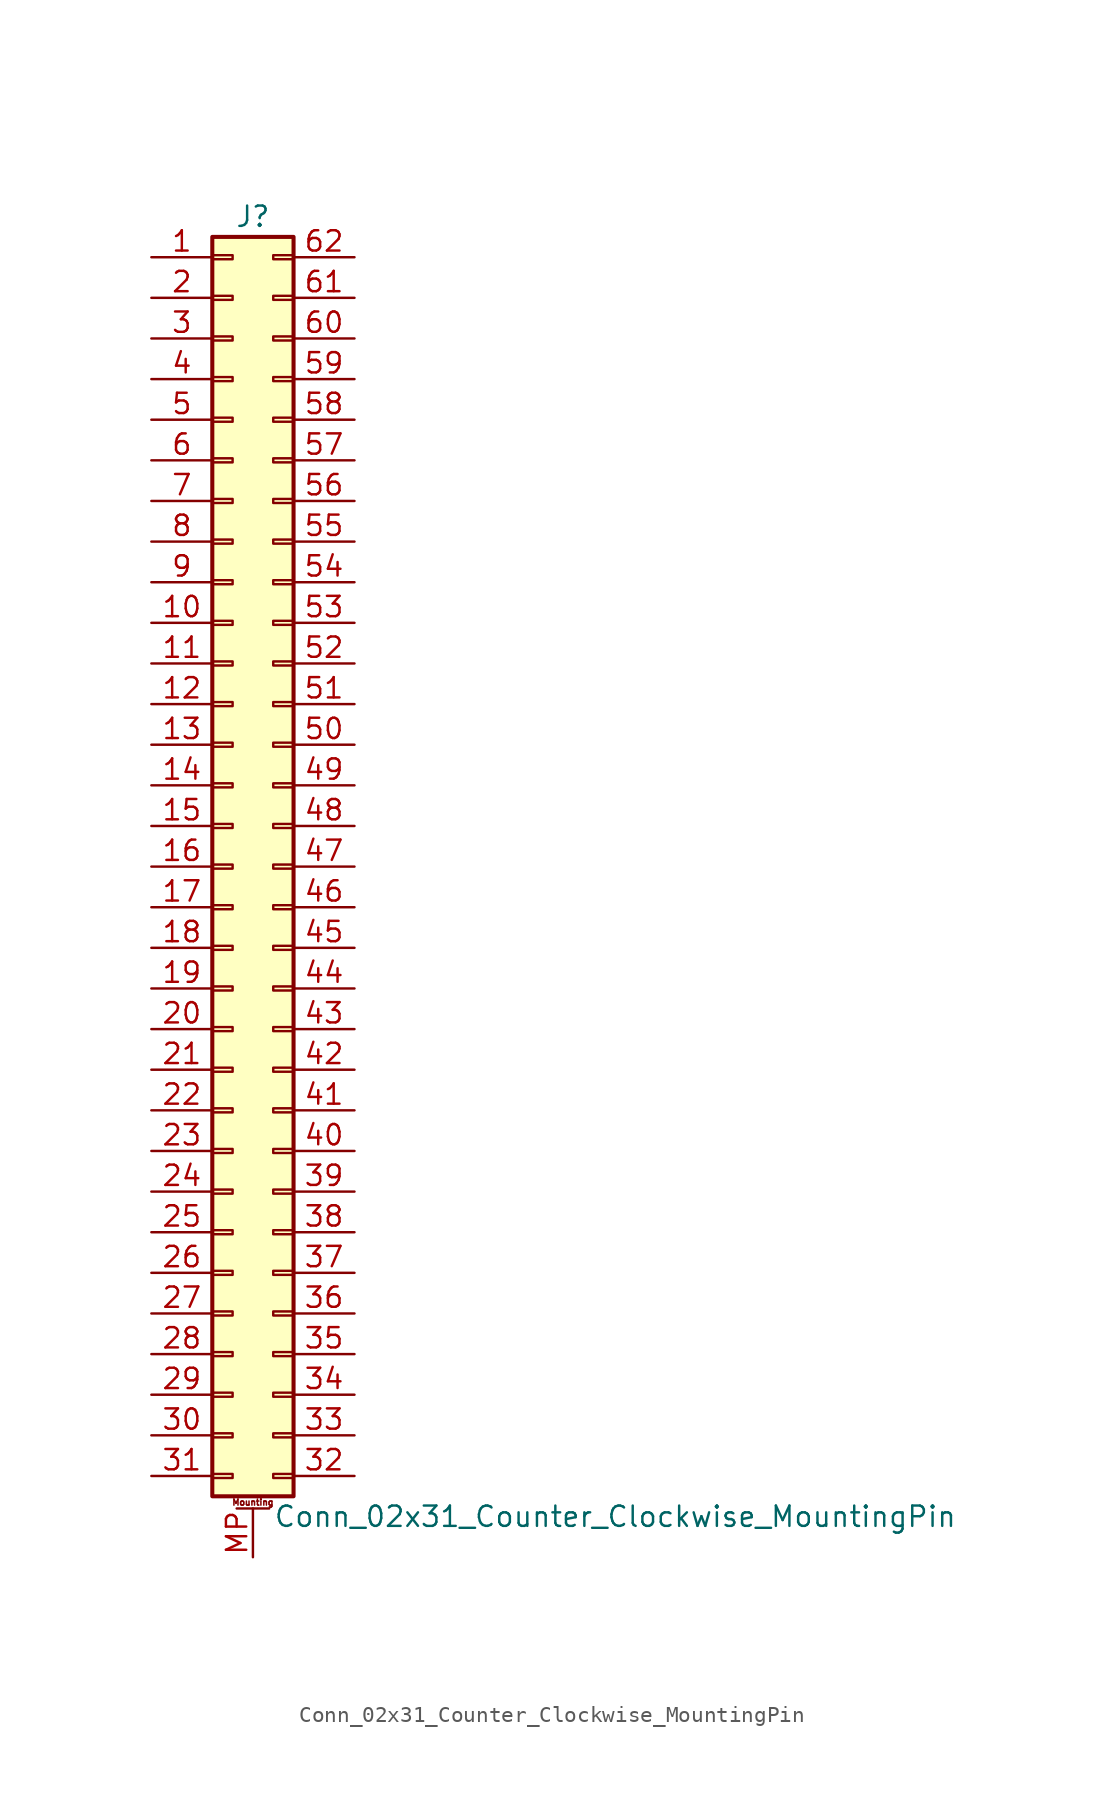
<source format=kicad_sym>
(kicad_symbol_lib
  (version 20201005)
  (generator kicad_symbol_editor)
  (symbol "Conn_02x31_Counter_Clockwise_MountingPin"
    (pin_names
      (offset 1.016) hide)
    (property "Reference" "J"
      (at 1.27 40.64 0)
      (effects (font (size 1.27 1.27))))
    (property "Value" "Conn_02x31_Counter_Clockwise_MountingPin"
      (at 2.54 -40.64 0)
      (effects (font (size 1.27 1.27)) (justify left)))
    (symbol "Conn_02x31_Counter_Clockwise_MountingPin_1_1"
      (text "Mounting" (at 1.27 -39.751 0) (effects (font (size 0.381 0.381))))
      (rectangle (start -1.27 -37.973) (end 0 -38.227) (stroke (width 0.152)) (fill (type none)))
      (rectangle (start -1.27 -35.433) (end 0 -35.687) (stroke (width 0.152)) (fill (type none)))
      (rectangle (start -1.27 -32.893) (end 0 -33.147) (stroke (width 0.152)) (fill (type none)))
      (rectangle (start -1.27 -30.353) (end 0 -30.607) (stroke (width 0.152)) (fill (type none)))
      (rectangle (start -1.27 -27.813) (end 0 -28.067) (stroke (width 0.152)) (fill (type none)))
      (rectangle (start -1.27 -25.273) (end 0 -25.527) (stroke (width 0.152)) (fill (type none)))
      (rectangle (start -1.27 -22.733) (end 0 -22.987) (stroke (width 0.152)) (fill (type none)))
      (rectangle (start -1.27 -20.193) (end 0 -20.447) (stroke (width 0.152)) (fill (type none)))
      (rectangle (start -1.27 -17.653) (end 0 -17.907) (stroke (width 0.152)) (fill (type none)))
      (rectangle (start -1.27 -15.113) (end 0 -15.367) (stroke (width 0.152)) (fill (type none)))
      (rectangle (start -1.27 -12.573) (end 0 -12.827) (stroke (width 0.152)) (fill (type none)))
      (rectangle (start -1.27 -10.033) (end 0 -10.287) (stroke (width 0.152)) (fill (type none)))
      (rectangle (start -1.27 -7.493) (end 0 -7.747) (stroke (width 0.152)) (fill (type none)))
      (rectangle (start -1.27 -4.953) (end 0 -5.207) (stroke (width 0.152)) (fill (type none)))
      (rectangle (start -1.27 -2.413) (end 0 -2.667) (stroke (width 0.152)) (fill (type none)))
      (rectangle (start -1.27 0.127) (end 0 -0.127) (stroke (width 0.152)) (fill (type none)))
      (rectangle (start -1.27 2.667) (end 0 2.413) (stroke (width 0.152)) (fill (type none)))
      (rectangle (start -1.27 5.207) (end 0 4.953) (stroke (width 0.152)) (fill (type none)))
      (rectangle (start -1.27 7.747) (end 0 7.493) (stroke (width 0.152)) (fill (type none)))
      (rectangle (start -1.27 10.287) (end 0 10.033) (stroke (width 0.152)) (fill (type none)))
      (rectangle (start -1.27 12.827) (end 0 12.573) (stroke (width 0.152)) (fill (type none)))
      (rectangle (start -1.27 15.367) (end 0 15.113) (stroke (width 0.152)) (fill (type none)))
      (rectangle (start -1.27 17.907) (end 0 17.653) (stroke (width 0.152)) (fill (type none)))
      (rectangle (start -1.27 20.447) (end 0 20.193) (stroke (width 0.152)) (fill (type none)))
      (rectangle (start -1.27 22.987) (end 0 22.733) (stroke (width 0.152)) (fill (type none)))
      (rectangle (start -1.27 25.527) (end 0 25.273) (stroke (width 0.152)) (fill (type none)))
      (rectangle (start -1.27 28.067) (end 0 27.813) (stroke (width 0.152)) (fill (type none)))
      (rectangle (start -1.27 30.607) (end 0 30.353) (stroke (width 0.152)) (fill (type none)))
      (rectangle (start -1.27 33.147) (end 0 32.893) (stroke (width 0.152)) (fill (type none)))
      (rectangle (start -1.27 35.687) (end 0 35.433) (stroke (width 0.152)) (fill (type none)))
      (rectangle (start -1.27 38.227) (end 0 37.973) (stroke (width 0.152)) (fill (type none)))
      (rectangle (start -1.27 39.37) (end 3.81 -39.37) (stroke (width 0.254)) (fill (type background)))
      (rectangle (start 3.81 -37.973) (end 2.54 -38.227) (stroke (width 0.152)) (fill (type none)))
      (rectangle (start 3.81 -35.433) (end 2.54 -35.687) (stroke (width 0.152)) (fill (type none)))
      (rectangle (start 3.81 -32.893) (end 2.54 -33.147) (stroke (width 0.152)) (fill (type none)))
      (rectangle (start 3.81 -30.353) (end 2.54 -30.607) (stroke (width 0.152)) (fill (type none)))
      (rectangle (start 3.81 -27.813) (end 2.54 -28.067) (stroke (width 0.152)) (fill (type none)))
      (rectangle (start 3.81 -25.273) (end 2.54 -25.527) (stroke (width 0.152)) (fill (type none)))
      (rectangle (start 3.81 -22.733) (end 2.54 -22.987) (stroke (width 0.152)) (fill (type none)))
      (rectangle (start 3.81 -20.193) (end 2.54 -20.447) (stroke (width 0.152)) (fill (type none)))
      (rectangle (start 3.81 -17.653) (end 2.54 -17.907) (stroke (width 0.152)) (fill (type none)))
      (rectangle (start 3.81 -15.113) (end 2.54 -15.367) (stroke (width 0.152)) (fill (type none)))
      (rectangle (start 3.81 -12.573) (end 2.54 -12.827) (stroke (width 0.152)) (fill (type none)))
      (rectangle (start 3.81 -10.033) (end 2.54 -10.287) (stroke (width 0.152)) (fill (type none)))
      (rectangle (start 3.81 -7.493) (end 2.54 -7.747) (stroke (width 0.152)) (fill (type none)))
      (rectangle (start 3.81 -4.953) (end 2.54 -5.207) (stroke (width 0.152)) (fill (type none)))
      (rectangle (start 3.81 -2.413) (end 2.54 -2.667) (stroke (width 0.152)) (fill (type none)))
      (rectangle (start 3.81 0.127) (end 2.54 -0.127) (stroke (width 0.152)) (fill (type none)))
      (rectangle (start 3.81 2.667) (end 2.54 2.413) (stroke (width 0.152)) (fill (type none)))
      (rectangle (start 3.81 5.207) (end 2.54 4.953) (stroke (width 0.152)) (fill (type none)))
      (rectangle (start 3.81 7.747) (end 2.54 7.493) (stroke (width 0.152)) (fill (type none)))
      (rectangle (start 3.81 10.287) (end 2.54 10.033) (stroke (width 0.152)) (fill (type none)))
      (rectangle (start 3.81 12.827) (end 2.54 12.573) (stroke (width 0.152)) (fill (type none)))
      (rectangle (start 3.81 15.367) (end 2.54 15.113) (stroke (width 0.152)) (fill (type none)))
      (rectangle (start 3.81 17.907) (end 2.54 17.653) (stroke (width 0.152)) (fill (type none)))
      (rectangle (start 3.81 20.447) (end 2.54 20.193) (stroke (width 0.152)) (fill (type none)))
      (rectangle (start 3.81 22.987) (end 2.54 22.733) (stroke (width 0.152)) (fill (type none)))
      (rectangle (start 3.81 25.527) (end 2.54 25.273) (stroke (width 0.152)) (fill (type none)))
      (rectangle (start 3.81 28.067) (end 2.54 27.813) (stroke (width 0.152)) (fill (type none)))
      (rectangle (start 3.81 30.607) (end 2.54 30.353) (stroke (width 0.152)) (fill (type none)))
      (rectangle (start 3.81 33.147) (end 2.54 32.893) (stroke (width 0.152)) (fill (type none)))
      (rectangle (start 3.81 35.687) (end 2.54 35.433) (stroke (width 0.152)) (fill (type none)))
      (rectangle (start 3.81 38.227) (end 2.54 37.973) (stroke (width 0.152)) (fill (type none)))
      (polyline (pts (xy 0.254 -40.132) (xy 2.286 -40.132)) (stroke (width 0.152)) (fill (type none)))
      (pin passive line (at -5.08 38.1 0) (length 3.81) (name "Pin_1" (effects (font (size 1.27 1.27)))) (number "1" (effects (font (size 1.27 1.27)))))
      (pin passive line (at -5.08 15.24 0) (length 3.81) (name "Pin_10" (effects (font (size 1.27 1.27)))) (number "10" (effects (font (size 1.27 1.27)))))
      (pin passive line (at -5.08 12.7 0) (length 3.81) (name "Pin_11" (effects (font (size 1.27 1.27)))) (number "11" (effects (font (size 1.27 1.27)))))
      (pin passive line (at -5.08 10.16 0) (length 3.81) (name "Pin_12" (effects (font (size 1.27 1.27)))) (number "12" (effects (font (size 1.27 1.27)))))
      (pin passive line (at -5.08 7.62 0) (length 3.81) (name "Pin_13" (effects (font (size 1.27 1.27)))) (number "13" (effects (font (size 1.27 1.27)))))
      (pin passive line (at -5.08 5.08 0) (length 3.81) (name "Pin_14" (effects (font (size 1.27 1.27)))) (number "14" (effects (font (size 1.27 1.27)))))
      (pin passive line (at -5.08 2.54 0) (length 3.81) (name "Pin_15" (effects (font (size 1.27 1.27)))) (number "15" (effects (font (size 1.27 1.27)))))
      (pin passive line (at -5.08 0 0) (length 3.81) (name "Pin_16" (effects (font (size 1.27 1.27)))) (number "16" (effects (font (size 1.27 1.27)))))
      (pin passive line (at -5.08 -2.54 0) (length 3.81) (name "Pin_17" (effects (font (size 1.27 1.27)))) (number "17" (effects (font (size 1.27 1.27)))))
      (pin passive line (at -5.08 -5.08 0) (length 3.81) (name "Pin_18" (effects (font (size 1.27 1.27)))) (number "18" (effects (font (size 1.27 1.27)))))
      (pin passive line (at -5.08 -7.62 0) (length 3.81) (name "Pin_19" (effects (font (size 1.27 1.27)))) (number "19" (effects (font (size 1.27 1.27)))))
      (pin passive line (at -5.08 35.56 0) (length 3.81) (name "Pin_2" (effects (font (size 1.27 1.27)))) (number "2" (effects (font (size 1.27 1.27)))))
      (pin passive line (at -5.08 -10.16 0) (length 3.81) (name "Pin_20" (effects (font (size 1.27 1.27)))) (number "20" (effects (font (size 1.27 1.27)))))
      (pin passive line (at -5.08 -12.7 0) (length 3.81) (name "Pin_21" (effects (font (size 1.27 1.27)))) (number "21" (effects (font (size 1.27 1.27)))))
      (pin passive line (at -5.08 -15.24 0) (length 3.81) (name "Pin_22" (effects (font (size 1.27 1.27)))) (number "22" (effects (font (size 1.27 1.27)))))
      (pin passive line (at -5.08 -17.78 0) (length 3.81) (name "Pin_23" (effects (font (size 1.27 1.27)))) (number "23" (effects (font (size 1.27 1.27)))))
      (pin passive line (at -5.08 -20.32 0) (length 3.81) (name "Pin_24" (effects (font (size 1.27 1.27)))) (number "24" (effects (font (size 1.27 1.27)))))
      (pin passive line (at -5.08 -22.86 0) (length 3.81) (name "Pin_25" (effects (font (size 1.27 1.27)))) (number "25" (effects (font (size 1.27 1.27)))))
      (pin passive line (at -5.08 -25.4 0) (length 3.81) (name "Pin_26" (effects (font (size 1.27 1.27)))) (number "26" (effects (font (size 1.27 1.27)))))
      (pin passive line (at -5.08 -27.94 0) (length 3.81) (name "Pin_27" (effects (font (size 1.27 1.27)))) (number "27" (effects (font (size 1.27 1.27)))))
      (pin passive line (at -5.08 -30.48 0) (length 3.81) (name "Pin_28" (effects (font (size 1.27 1.27)))) (number "28" (effects (font (size 1.27 1.27)))))
      (pin passive line (at -5.08 -33.02 0) (length 3.81) (name "Pin_29" (effects (font (size 1.27 1.27)))) (number "29" (effects (font (size 1.27 1.27)))))
      (pin passive line (at -5.08 33.02 0) (length 3.81) (name "Pin_3" (effects (font (size 1.27 1.27)))) (number "3" (effects (font (size 1.27 1.27)))))
      (pin passive line (at -5.08 -35.56 0) (length 3.81) (name "Pin_30" (effects (font (size 1.27 1.27)))) (number "30" (effects (font (size 1.27 1.27)))))
      (pin passive line (at -5.08 -38.1 0) (length 3.81) (name "Pin_31" (effects (font (size 1.27 1.27)))) (number "31" (effects (font (size 1.27 1.27)))))
      (pin passive line (at 7.62 -38.1 180) (length 3.81) (name "Pin_32" (effects (font (size 1.27 1.27)))) (number "32" (effects (font (size 1.27 1.27)))))
      (pin passive line (at 7.62 -35.56 180) (length 3.81) (name "Pin_33" (effects (font (size 1.27 1.27)))) (number "33" (effects (font (size 1.27 1.27)))))
      (pin passive line (at 7.62 -33.02 180) (length 3.81) (name "Pin_34" (effects (font (size 1.27 1.27)))) (number "34" (effects (font (size 1.27 1.27)))))
      (pin passive line (at 7.62 -30.48 180) (length 3.81) (name "Pin_35" (effects (font (size 1.27 1.27)))) (number "35" (effects (font (size 1.27 1.27)))))
      (pin passive line (at 7.62 -27.94 180) (length 3.81) (name "Pin_36" (effects (font (size 1.27 1.27)))) (number "36" (effects (font (size 1.27 1.27)))))
      (pin passive line (at 7.62 -25.4 180) (length 3.81) (name "Pin_37" (effects (font (size 1.27 1.27)))) (number "37" (effects (font (size 1.27 1.27)))))
      (pin passive line (at 7.62 -22.86 180) (length 3.81) (name "Pin_38" (effects (font (size 1.27 1.27)))) (number "38" (effects (font (size 1.27 1.27)))))
      (pin passive line (at 7.62 -20.32 180) (length 3.81) (name "Pin_39" (effects (font (size 1.27 1.27)))) (number "39" (effects (font (size 1.27 1.27)))))
      (pin passive line (at -5.08 30.48 0) (length 3.81) (name "Pin_4" (effects (font (size 1.27 1.27)))) (number "4" (effects (font (size 1.27 1.27)))))
      (pin passive line (at 7.62 -17.78 180) (length 3.81) (name "Pin_40" (effects (font (size 1.27 1.27)))) (number "40" (effects (font (size 1.27 1.27)))))
      (pin passive line (at 7.62 -15.24 180) (length 3.81) (name "Pin_41" (effects (font (size 1.27 1.27)))) (number "41" (effects (font (size 1.27 1.27)))))
      (pin passive line (at 7.62 -12.7 180) (length 3.81) (name "Pin_42" (effects (font (size 1.27 1.27)))) (number "42" (effects (font (size 1.27 1.27)))))
      (pin passive line (at 7.62 -10.16 180) (length 3.81) (name "Pin_43" (effects (font (size 1.27 1.27)))) (number "43" (effects (font (size 1.27 1.27)))))
      (pin passive line (at 7.62 -7.62 180) (length 3.81) (name "Pin_44" (effects (font (size 1.27 1.27)))) (number "44" (effects (font (size 1.27 1.27)))))
      (pin passive line (at 7.62 -5.08 180) (length 3.81) (name "Pin_45" (effects (font (size 1.27 1.27)))) (number "45" (effects (font (size 1.27 1.27)))))
      (pin passive line (at 7.62 -2.54 180) (length 3.81) (name "Pin_46" (effects (font (size 1.27 1.27)))) (number "46" (effects (font (size 1.27 1.27)))))
      (pin passive line (at 7.62 0 180) (length 3.81) (name "Pin_47" (effects (font (size 1.27 1.27)))) (number "47" (effects (font (size 1.27 1.27)))))
      (pin passive line (at 7.62 2.54 180) (length 3.81) (name "Pin_48" (effects (font (size 1.27 1.27)))) (number "48" (effects (font (size 1.27 1.27)))))
      (pin passive line (at 7.62 5.08 180) (length 3.81) (name "Pin_49" (effects (font (size 1.27 1.27)))) (number "49" (effects (font (size 1.27 1.27)))))
      (pin passive line (at -5.08 27.94 0) (length 3.81) (name "Pin_5" (effects (font (size 1.27 1.27)))) (number "5" (effects (font (size 1.27 1.27)))))
      (pin passive line (at 7.62 7.62 180) (length 3.81) (name "Pin_50" (effects (font (size 1.27 1.27)))) (number "50" (effects (font (size 1.27 1.27)))))
      (pin passive line (at 7.62 10.16 180) (length 3.81) (name "Pin_51" (effects (font (size 1.27 1.27)))) (number "51" (effects (font (size 1.27 1.27)))))
      (pin passive line (at 7.62 12.7 180) (length 3.81) (name "Pin_52" (effects (font (size 1.27 1.27)))) (number "52" (effects (font (size 1.27 1.27)))))
      (pin passive line (at 7.62 15.24 180) (length 3.81) (name "Pin_53" (effects (font (size 1.27 1.27)))) (number "53" (effects (font (size 1.27 1.27)))))
      (pin passive line (at 7.62 17.78 180) (length 3.81) (name "Pin_54" (effects (font (size 1.27 1.27)))) (number "54" (effects (font (size 1.27 1.27)))))
      (pin passive line (at 7.62 20.32 180) (length 3.81) (name "Pin_55" (effects (font (size 1.27 1.27)))) (number "55" (effects (font (size 1.27 1.27)))))
      (pin passive line (at 7.62 22.86 180) (length 3.81) (name "Pin_56" (effects (font (size 1.27 1.27)))) (number "56" (effects (font (size 1.27 1.27)))))
      (pin passive line (at 7.62 25.4 180) (length 3.81) (name "Pin_57" (effects (font (size 1.27 1.27)))) (number "57" (effects (font (size 1.27 1.27)))))
      (pin passive line (at 7.62 27.94 180) (length 3.81) (name "Pin_58" (effects (font (size 1.27 1.27)))) (number "58" (effects (font (size 1.27 1.27)))))
      (pin passive line (at 7.62 30.48 180) (length 3.81) (name "Pin_59" (effects (font (size 1.27 1.27)))) (number "59" (effects (font (size 1.27 1.27)))))
      (pin passive line (at -5.08 25.4 0) (length 3.81) (name "Pin_6" (effects (font (size 1.27 1.27)))) (number "6" (effects (font (size 1.27 1.27)))))
      (pin passive line (at 7.62 33.02 180) (length 3.81) (name "Pin_60" (effects (font (size 1.27 1.27)))) (number "60" (effects (font (size 1.27 1.27)))))
      (pin passive line (at 7.62 35.56 180) (length 3.81) (name "Pin_61" (effects (font (size 1.27 1.27)))) (number "61" (effects (font (size 1.27 1.27)))))
      (pin passive line (at 7.62 38.1 180) (length 3.81) (name "Pin_62" (effects (font (size 1.27 1.27)))) (number "62" (effects (font (size 1.27 1.27)))))
      (pin passive line (at -5.08 22.86 0) (length 3.81) (name "Pin_7" (effects (font (size 1.27 1.27)))) (number "7" (effects (font (size 1.27 1.27)))))
      (pin passive line (at -5.08 20.32 0) (length 3.81) (name "Pin_8" (effects (font (size 1.27 1.27)))) (number "8" (effects (font (size 1.27 1.27)))))
      (pin passive line (at -5.08 17.78 0) (length 3.81) (name "Pin_9" (effects (font (size 1.27 1.27)))) (number "9" (effects (font (size 1.27 1.27)))))
      (pin passive line (at 1.27 -43.18 90) (length 3.048) (name "MountPin" (effects (font (size 1.27 1.27)))) (number "MP" (effects (font (size 1.27 1.27))))))))
</source>
